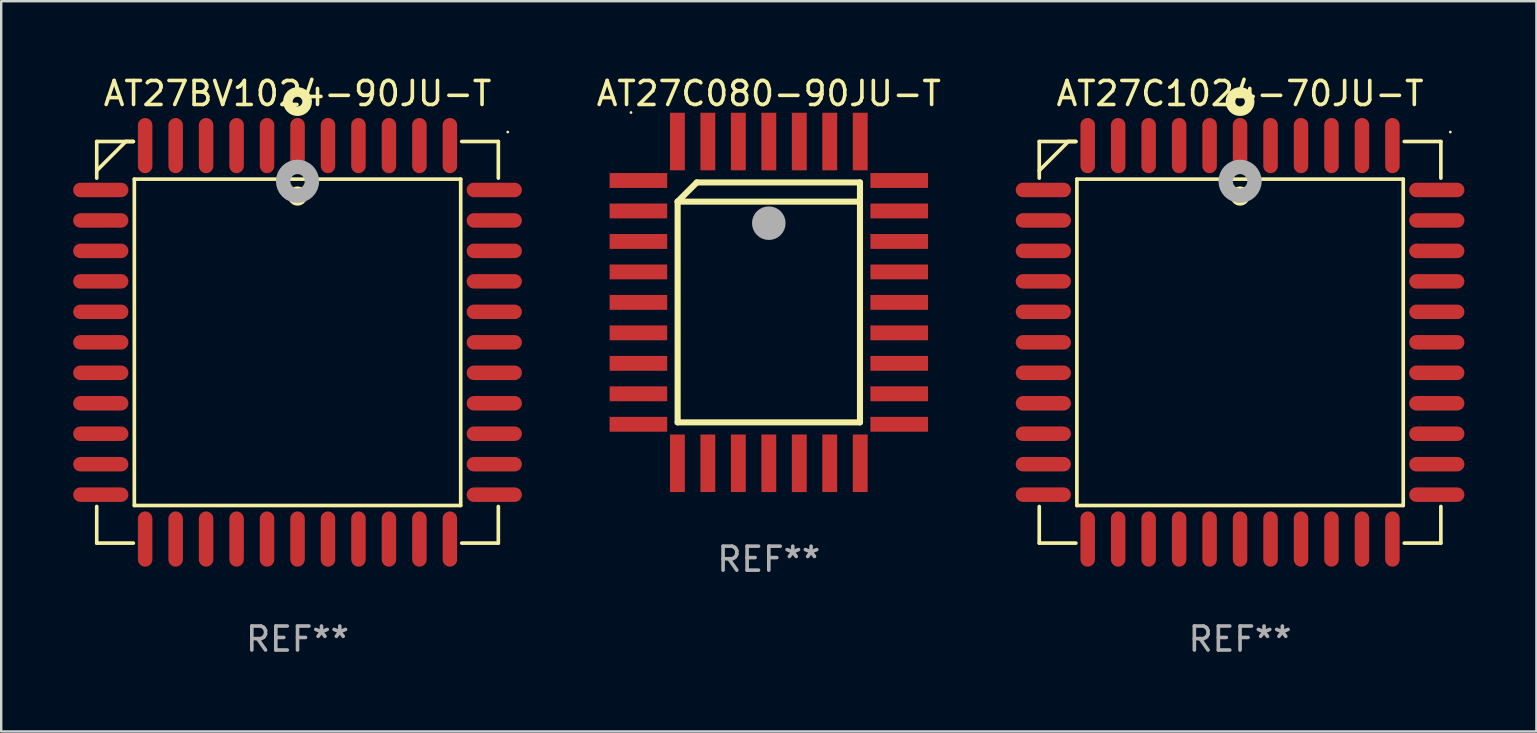
<source format=kicad_pcb>
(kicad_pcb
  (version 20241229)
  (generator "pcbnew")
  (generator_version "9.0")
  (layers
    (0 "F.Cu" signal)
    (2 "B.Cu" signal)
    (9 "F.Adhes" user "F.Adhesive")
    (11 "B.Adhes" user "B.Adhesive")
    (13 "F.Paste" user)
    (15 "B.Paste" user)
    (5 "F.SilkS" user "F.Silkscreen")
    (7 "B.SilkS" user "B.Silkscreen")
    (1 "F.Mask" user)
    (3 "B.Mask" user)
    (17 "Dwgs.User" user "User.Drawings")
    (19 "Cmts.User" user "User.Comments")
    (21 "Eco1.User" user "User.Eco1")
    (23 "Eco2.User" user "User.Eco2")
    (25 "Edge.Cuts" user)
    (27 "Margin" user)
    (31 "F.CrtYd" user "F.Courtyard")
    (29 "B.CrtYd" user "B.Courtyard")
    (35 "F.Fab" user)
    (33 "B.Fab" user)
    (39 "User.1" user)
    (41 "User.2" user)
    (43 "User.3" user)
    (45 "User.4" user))
  (footprint "AT27BV1024-90JU-T"
    (layer "F.Cu")
    (at 9.35 11.217)
    (property "Reference" "AT27BV1024-90JU-T" (at 0 -10.369 0) (layer "F.SilkS") (effects (font (size 1 1) (thickness 0.15))))
    (attr through_hole)
    (fp_line (start -8.369 -8.369) (end -8.369 -6.843) (stroke (width 0.152) (type solid)) (layer "F.SilkS"))
    (fp_line (start -8.369 8.369) (end -8.369 6.843) (stroke (width 0.152) (type solid)) (layer "F.SilkS"))
    (fp_line (start -7.156 -8.369) (end -8.369 -7.156) (stroke (width 0.152) (type solid)) (layer "F.SilkS"))
    (fp_line (start -6.843 -8.369) (end -8.369 -8.369) (stroke (width 0.152) (type solid)) (layer "F.SilkS"))
    (fp_line (start -6.843 -8.369) (end -7.156 -8.369) (stroke (width 0.152) (type solid)) (layer "F.SilkS"))
    (fp_line (start -6.843 8.369) (end -8.369 8.369) (stroke (width 0.152) (type solid)) (layer "F.SilkS"))
    (fp_line (start -6.801 -6.801) (end 6.801 -6.801) (stroke (width 0.152) (type solid)) (layer "F.SilkS"))
    (fp_line (start -6.801 6.801) (end -6.801 -6.801) (stroke (width 0.152) (type solid)) (layer "F.SilkS"))
    (fp_line (start 6.801 -6.801) (end 6.801 6.801) (stroke (width 0.152) (type solid)) (layer "F.SilkS"))
    (fp_line (start 6.801 6.801) (end -6.801 6.801) (stroke (width 0.152) (type solid)) (layer "F.SilkS"))
    (fp_line (start 6.843 -8.369) (end 8.369 -8.369) (stroke (width 0.152) (type solid)) (layer "F.SilkS"))
    (fp_line (start 6.843 8.369) (end 8.369 8.369) (stroke (width 0.152) (type solid)) (layer "F.SilkS"))
    (fp_line (start 8.369 -8.369) (end 8.369 -6.843) (stroke (width 0.152) (type solid)) (layer "F.SilkS"))
    (fp_line (start 8.369 8.369) (end 8.369 6.843) (stroke (width 0.152) (type solid)) (layer "F.SilkS"))
    (fp_circle (center -0.000013 -6.096) (end 0.2 -6.096) (stroke (width 0.4) (type solid)) (fill no) (layer "F.SilkS"))
    (fp_circle (center 0.000114 -10.033) (end 0.2 -10.033) (stroke (width 0.4) (type solid)) (fill no) (layer "F.SilkS"))
    (fp_circle (center 8.763 -8.763) (end 8.793 -8.763) (stroke (width 0.06) (type solid)) (fill no) (layer "F.SilkS"))
    (fp_circle (center 0.000114 -6.712) (end 0.3 -6.712) (stroke (width 0.6) (type solid)) (fill no) (layer "F.Fab"))
    (fp_text user "REF**" (at 0 12.369 0) (layer "F.Fab") (effects (font (size 1 1) (thickness 0.15))))
    (pad "1" smd oval (at 0.000114 -8.2) (size 0.604 2.3) (layers "F.Cu" "F.Mask" "F.Paste"))
    (pad "2" smd oval (at -1.27 -8.2) (size 0.604 2.3) (layers "F.Cu" "F.Mask" "F.Paste"))
    (pad "3" smd oval (at -2.54 -8.2) (size 0.604 2.3) (layers "F.Cu" "F.Mask" "F.Paste"))
    (pad "4" smd oval (at -3.81 -8.2) (size 0.604 2.3) (layers "F.Cu" "F.Mask" "F.Paste"))
    (pad "5" smd oval (at -5.08 -8.2) (size 0.604 2.3) (layers "F.Cu" "F.Mask" "F.Paste"))
    (pad "6" smd oval (at -6.35 -8.2) (size 0.604 2.3) (layers "F.Cu" "F.Mask" "F.Paste"))
    (pad "7" smd oval (at -8.2 -6.35) (size 2.3 0.604) (layers "F.Cu" "F.Mask" "F.Paste"))
    (pad "8" smd oval (at -8.2 -5.08) (size 2.3 0.604) (layers "F.Cu" "F.Mask" "F.Paste"))
    (pad "9" smd oval (at -8.2 -3.81) (size 2.3 0.604) (layers "F.Cu" "F.Mask" "F.Paste"))
    (pad "10" smd oval (at -8.2 -2.54) (size 2.3 0.604) (layers "F.Cu" "F.Mask" "F.Paste"))
    (pad "11" smd oval (at -8.2 -1.27) (size 2.3 0.604) (layers "F.Cu" "F.Mask" "F.Paste"))
    (pad "12" smd oval (at -8.2 0.000127) (size 2.3 0.604) (layers "F.Cu" "F.Mask" "F.Paste"))
    (pad "13" smd oval (at -8.2 1.27) (size 2.3 0.604) (layers "F.Cu" "F.Mask" "F.Paste"))
    (pad "14" smd oval (at -8.2 2.54) (size 2.3 0.604) (layers "F.Cu" "F.Mask" "F.Paste"))
    (pad "15" smd oval (at -8.2 3.81) (size 2.3 0.604) (layers "F.Cu" "F.Mask" "F.Paste"))
    (pad "16" smd oval (at -8.2 5.08) (size 2.3 0.604) (layers "F.Cu" "F.Mask" "F.Paste"))
    (pad "17" smd oval (at -8.2 6.35) (size 2.3 0.604) (layers "F.Cu" "F.Mask" "F.Paste"))
    (pad "18" smd oval (at -6.35 8.2) (size 0.604 2.3) (layers "F.Cu" "F.Mask" "F.Paste"))
    (pad "19" smd oval (at -5.08 8.2) (size 0.604 2.3) (layers "F.Cu" "F.Mask" "F.Paste"))
    (pad "20" smd oval (at -3.81 8.2) (size 0.604 2.3) (layers "F.Cu" "F.Mask" "F.Paste"))
    (pad "21" smd oval (at -2.54 8.2) (size 0.604 2.3) (layers "F.Cu" "F.Mask" "F.Paste"))
    (pad "22" smd oval (at -1.27 8.2) (size 0.604 2.3) (layers "F.Cu" "F.Mask" "F.Paste"))
    (pad "23" smd oval (at 0.000114 8.2) (size 0.604 2.3) (layers "F.Cu" "F.Mask" "F.Paste"))
    (pad "24" smd oval (at 1.27 8.2) (size 0.604 2.3) (layers "F.Cu" "F.Mask" "F.Paste"))
    (pad "25" smd oval (at 2.54 8.2) (size 0.604 2.3) (layers "F.Cu" "F.Mask" "F.Paste"))
    (pad "26" smd oval (at 3.81 8.2) (size 0.604 2.3) (layers "F.Cu" "F.Mask" "F.Paste"))
    (pad "27" smd oval (at 5.08 8.2) (size 0.604 2.3) (layers "F.Cu" "F.Mask" "F.Paste"))
    (pad "28" smd oval (at 6.35 8.2) (size 0.604 2.3) (layers "F.Cu" "F.Mask" "F.Paste"))
    (pad "29" smd oval (at 8.2 6.35) (size 2.3 0.604) (layers "F.Cu" "F.Mask" "F.Paste"))
    (pad "30" smd oval (at 8.2 5.08) (size 2.3 0.604) (layers "F.Cu" "F.Mask" "F.Paste"))
    (pad "31" smd oval (at 8.2 3.81) (size 2.3 0.604) (layers "F.Cu" "F.Mask" "F.Paste"))
    (pad "32" smd oval (at 8.2 2.54) (size 2.3 0.604) (layers "F.Cu" "F.Mask" "F.Paste"))
    (pad "33" smd oval (at 8.2 1.27) (size 2.3 0.604) (layers "F.Cu" "F.Mask" "F.Paste"))
    (pad "34" smd oval (at 8.2 0.000127) (size 2.3 0.604) (layers "F.Cu" "F.Mask" "F.Paste"))
    (pad "35" smd oval (at 8.2 -1.27) (size 2.3 0.604) (layers "F.Cu" "F.Mask" "F.Paste"))
    (pad "36" smd oval (at 8.2 -2.54) (size 2.3 0.604) (layers "F.Cu" "F.Mask" "F.Paste"))
    (pad "37" smd oval (at 8.2 -3.81) (size 2.3 0.604) (layers "F.Cu" "F.Mask" "F.Paste"))
    (pad "38" smd oval (at 8.2 -5.08) (size 2.3 0.604) (layers "F.Cu" "F.Mask" "F.Paste"))
    (pad "39" smd oval (at 8.2 -6.35) (size 2.3 0.604) (layers "F.Cu" "F.Mask" "F.Paste"))
    (pad "40" smd oval (at 6.35 -8.2) (size 0.604 2.3) (layers "F.Cu" "F.Mask" "F.Paste"))
    (pad "41" smd oval (at 5.08 -8.2) (size 0.604 2.3) (layers "F.Cu" "F.Mask" "F.Paste"))
    (pad "42" smd oval (at 3.81 -8.2) (size 0.604 2.3) (layers "F.Cu" "F.Mask" "F.Paste"))
    (pad "43" smd oval (at 2.54 -8.2) (size 0.604 2.3) (layers "F.Cu" "F.Mask" "F.Paste"))
    (pad "44" smd oval (at 1.27 -8.2) (size 0.604 2.3) (layers "F.Cu" "F.Mask" "F.Paste")))
  (footprint "AT27C080-90JU-T"
    (layer "F.Cu")
    (at 28.992 9.553)
    (property "Reference" "AT27C080-90JU-T" (at 0 -8.705 0) (layer "F.SilkS") (effects (font (size 1 1) (thickness 0.15))))
    (attr through_hole)
    (fp_line (start -3.8 -4.2) (end -3 -5) (stroke (width 0.254) (type solid)) (layer "F.SilkS"))
    (fp_line (start -3.8 -4.2) (end 3.8 -4.2) (stroke (width 0.254) (type solid)) (layer "F.SilkS"))
    (fp_line (start -3.8 5) (end -3.8 -4.2) (stroke (width 0.254) (type solid)) (layer "F.SilkS"))
    (fp_line (start -3 -5) (end 3.8 -5) (stroke (width 0.254) (type solid)) (layer "F.SilkS"))
    (fp_line (start 3.8 -5) (end 3.8 5) (stroke (width 0.254) (type solid)) (layer "F.SilkS"))
    (fp_line (start 3.8 5) (end -3.8 5) (stroke (width 0.254) (type solid)) (layer "F.SilkS"))
    (fp_arc (start 0.299721 -3.294387) (mid 0.29971 -3.296927) (end 0.299721 -3.299467) (stroke (width 0.6) (type solid)) (layer "F.SilkS"))
    (fp_circle (center -5.744 -7.913) (end -5.714 -7.913) (stroke (width 0.06) (type solid)) (fill no) (layer "F.SilkS"))
    (fp_circle (center 0 -3.302) (end 0.35 -3.302) (stroke (width 0.7) (type solid)) (fill no) (layer "F.Fab"))
    (fp_text user "REF**" (at 0 10.705 0) (layer "F.Fab") (effects (font (size 1 1) (thickness 0.15))))
    (pad "1" smd rect (at 0 -6.705 180) (size 0.62 2.4) (layers "F.Cu" "F.Mask" "F.Paste"))
    (pad "2" smd rect (at -1.27 -6.705 180) (size 0.62 2.4) (layers "F.Cu" "F.Mask" "F.Paste"))
    (pad "3" smd rect (at -2.54 -6.705 180) (size 0.62 2.4) (layers "F.Cu" "F.Mask" "F.Paste"))
    (pad "4" smd rect (at -3.81 -6.705 180) (size 0.62 2.4) (layers "F.Cu" "F.Mask" "F.Paste"))
    (pad "5" smd rect (at -5.435 -5.08 270) (size 0.62 2.4) (layers "F.Cu" "F.Mask" "F.Paste"))
    (pad "6" smd rect (at -5.435 -3.81 270) (size 0.62 2.4) (layers "F.Cu" "F.Mask" "F.Paste"))
    (pad "7" smd rect (at -5.435 -2.54 270) (size 0.62 2.4) (layers "F.Cu" "F.Mask" "F.Paste"))
    (pad "8" smd rect (at -5.435 -1.27 270) (size 0.62 2.4) (layers "F.Cu" "F.Mask" "F.Paste"))
    (pad "9" smd rect (at -5.435 0 270) (size 0.62 2.4) (layers "F.Cu" "F.Mask" "F.Paste"))
    (pad "10" smd rect (at -5.435 1.27 270) (size 0.62 2.4) (layers "F.Cu" "F.Mask" "F.Paste"))
    (pad "11" smd rect (at -5.435 2.54 270) (size 0.62 2.4) (layers "F.Cu" "F.Mask" "F.Paste"))
    (pad "12" smd rect (at -5.435 3.81 270) (size 0.62 2.4) (layers "F.Cu" "F.Mask" "F.Paste"))
    (pad "13" smd rect (at -5.435 5.08 270) (size 0.62 2.4) (layers "F.Cu" "F.Mask" "F.Paste"))
    (pad "14" smd rect (at -3.81 6.705) (size 0.62 2.4) (layers "F.Cu" "F.Mask" "F.Paste"))
    (pad "15" smd rect (at -2.54 6.705) (size 0.62 2.4) (layers "F.Cu" "F.Mask" "F.Paste"))
    (pad "16" smd rect (at -1.27 6.705) (size 0.62 2.4) (layers "F.Cu" "F.Mask" "F.Paste"))
    (pad "17" smd rect (at 0 6.705) (size 0.62 2.4) (layers "F.Cu" "F.Mask" "F.Paste"))
    (pad "18" smd rect (at 1.27 6.705) (size 0.62 2.4) (layers "F.Cu" "F.Mask" "F.Paste"))
    (pad "19" smd rect (at 2.54 6.705) (size 0.62 2.4) (layers "F.Cu" "F.Mask" "F.Paste"))
    (pad "20" smd rect (at 3.81 6.705) (size 0.62 2.4) (layers "F.Cu" "F.Mask" "F.Paste"))
    (pad "21" smd rect (at 5.435 5.08 90) (size 0.62 2.4) (layers "F.Cu" "F.Mask" "F.Paste"))
    (pad "22" smd rect (at 5.435 3.81 90) (size 0.62 2.4) (layers "F.Cu" "F.Mask" "F.Paste"))
    (pad "23" smd rect (at 5.435 2.54 90) (size 0.62 2.4) (layers "F.Cu" "F.Mask" "F.Paste"))
    (pad "24" smd rect (at 5.435 1.27 90) (size 0.62 2.4) (layers "F.Cu" "F.Mask" "F.Paste"))
    (pad "25" smd rect (at 5.435 0 90) (size 0.62 2.4) (layers "F.Cu" "F.Mask" "F.Paste"))
    (pad "26" smd rect (at 5.435 -1.27 90) (size 0.62 2.4) (layers "F.Cu" "F.Mask" "F.Paste"))
    (pad "27" smd rect (at 5.435 -2.54 90) (size 0.62 2.4) (layers "F.Cu" "F.Mask" "F.Paste"))
    (pad "28" smd rect (at 5.435 -3.81 90) (size 0.62 2.4) (layers "F.Cu" "F.Mask" "F.Paste"))
    (pad "29" smd rect (at 5.435 -5.08 90) (size 0.62 2.4) (layers "F.Cu" "F.Mask" "F.Paste"))
    (pad "30" smd rect (at 3.81 -6.705) (size 0.62 2.4) (layers "F.Cu" "F.Mask" "F.Paste"))
    (pad "31" smd rect (at 2.54 -6.705) (size 0.62 2.4) (layers "F.Cu" "F.Mask" "F.Paste"))
    (pad "32" smd rect (at 1.27 -6.705) (size 0.62 2.4) (layers "F.Cu" "F.Mask" "F.Paste")))
  (footprint "AT27C1024-70JU-T"
    (layer "F.Cu")
    (at 48.633 11.217)
    (property "Reference" "AT27C1024-70JU-T" (at 0 -10.369 0) (layer "F.SilkS") (effects (font (size 1 1) (thickness 0.15))))
    (attr through_hole)
    (fp_line (start -8.369 -8.369) (end -8.369 -6.843) (stroke (width 0.152) (type solid)) (layer "F.SilkS"))
    (fp_line (start -8.369 8.369) (end -8.369 6.843) (stroke (width 0.152) (type solid)) (layer "F.SilkS"))
    (fp_line (start -7.156 -8.369) (end -8.369 -7.156) (stroke (width 0.152) (type solid)) (layer "F.SilkS"))
    (fp_line (start -6.843 -8.369) (end -8.369 -8.369) (stroke (width 0.152) (type solid)) (layer "F.SilkS"))
    (fp_line (start -6.843 -8.369) (end -7.156 -8.369) (stroke (width 0.152) (type solid)) (layer "F.SilkS"))
    (fp_line (start -6.843 8.369) (end -8.369 8.369) (stroke (width 0.152) (type solid)) (layer "F.SilkS"))
    (fp_line (start -6.801 -6.801) (end 6.801 -6.801) (stroke (width 0.152) (type solid)) (layer "F.SilkS"))
    (fp_line (start -6.801 6.801) (end -6.801 -6.801) (stroke (width 0.152) (type solid)) (layer "F.SilkS"))
    (fp_line (start 6.801 -6.801) (end 6.801 6.801) (stroke (width 0.152) (type solid)) (layer "F.SilkS"))
    (fp_line (start 6.801 6.801) (end -6.801 6.801) (stroke (width 0.152) (type solid)) (layer "F.SilkS"))
    (fp_line (start 6.843 -8.369) (end 8.369 -8.369) (stroke (width 0.152) (type solid)) (layer "F.SilkS"))
    (fp_line (start 6.843 8.369) (end 8.369 8.369) (stroke (width 0.152) (type solid)) (layer "F.SilkS"))
    (fp_line (start 8.369 -8.369) (end 8.369 -6.843) (stroke (width 0.152) (type solid)) (layer "F.SilkS"))
    (fp_line (start 8.369 8.369) (end 8.369 6.843) (stroke (width 0.152) (type solid)) (layer "F.SilkS"))
    (fp_circle (center -0.000013 -6.096) (end 0.2 -6.096) (stroke (width 0.4) (type solid)) (fill no) (layer "F.SilkS"))
    (fp_circle (center 0.000114 -10.033) (end 0.2 -10.033) (stroke (width 0.4) (type solid)) (fill no) (layer "F.SilkS"))
    (fp_circle (center 8.763 -8.763) (end 8.793 -8.763) (stroke (width 0.06) (type solid)) (fill no) (layer "F.SilkS"))
    (fp_circle (center 0.000114 -6.712) (end 0.3 -6.712) (stroke (width 0.6) (type solid)) (fill no) (layer "F.Fab"))
    (fp_text user "REF**" (at 0 12.369 0) (layer "F.Fab") (effects (font (size 1 1) (thickness 0.15))))
    (pad "1" smd oval (at 0.000114 -8.2) (size 0.604 2.3) (layers "F.Cu" "F.Mask" "F.Paste"))
    (pad "2" smd oval (at -1.27 -8.2) (size 0.604 2.3) (layers "F.Cu" "F.Mask" "F.Paste"))
    (pad "3" smd oval (at -2.54 -8.2) (size 0.604 2.3) (layers "F.Cu" "F.Mask" "F.Paste"))
    (pad "4" smd oval (at -3.81 -8.2) (size 0.604 2.3) (layers "F.Cu" "F.Mask" "F.Paste"))
    (pad "5" smd oval (at -5.08 -8.2) (size 0.604 2.3) (layers "F.Cu" "F.Mask" "F.Paste"))
    (pad "6" smd oval (at -6.35 -8.2) (size 0.604 2.3) (layers "F.Cu" "F.Mask" "F.Paste"))
    (pad "7" smd oval (at -8.2 -6.35) (size 2.3 0.604) (layers "F.Cu" "F.Mask" "F.Paste"))
    (pad "8" smd oval (at -8.2 -5.08) (size 2.3 0.604) (layers "F.Cu" "F.Mask" "F.Paste"))
    (pad "9" smd oval (at -8.2 -3.81) (size 2.3 0.604) (layers "F.Cu" "F.Mask" "F.Paste"))
    (pad "10" smd oval (at -8.2 -2.54) (size 2.3 0.604) (layers "F.Cu" "F.Mask" "F.Paste"))
    (pad "11" smd oval (at -8.2 -1.27) (size 2.3 0.604) (layers "F.Cu" "F.Mask" "F.Paste"))
    (pad "12" smd oval (at -8.2 0.000127) (size 2.3 0.604) (layers "F.Cu" "F.Mask" "F.Paste"))
    (pad "13" smd oval (at -8.2 1.27) (size 2.3 0.604) (layers "F.Cu" "F.Mask" "F.Paste"))
    (pad "14" smd oval (at -8.2 2.54) (size 2.3 0.604) (layers "F.Cu" "F.Mask" "F.Paste"))
    (pad "15" smd oval (at -8.2 3.81) (size 2.3 0.604) (layers "F.Cu" "F.Mask" "F.Paste"))
    (pad "16" smd oval (at -8.2 5.08) (size 2.3 0.604) (layers "F.Cu" "F.Mask" "F.Paste"))
    (pad "17" smd oval (at -8.2 6.35) (size 2.3 0.604) (layers "F.Cu" "F.Mask" "F.Paste"))
    (pad "18" smd oval (at -6.35 8.2) (size 0.604 2.3) (layers "F.Cu" "F.Mask" "F.Paste"))
    (pad "19" smd oval (at -5.08 8.2) (size 0.604 2.3) (layers "F.Cu" "F.Mask" "F.Paste"))
    (pad "20" smd oval (at -3.81 8.2) (size 0.604 2.3) (layers "F.Cu" "F.Mask" "F.Paste"))
    (pad "21" smd oval (at -2.54 8.2) (size 0.604 2.3) (layers "F.Cu" "F.Mask" "F.Paste"))
    (pad "22" smd oval (at -1.27 8.2) (size 0.604 2.3) (layers "F.Cu" "F.Mask" "F.Paste"))
    (pad "23" smd oval (at 0.000114 8.2) (size 0.604 2.3) (layers "F.Cu" "F.Mask" "F.Paste"))
    (pad "24" smd oval (at 1.27 8.2) (size 0.604 2.3) (layers "F.Cu" "F.Mask" "F.Paste"))
    (pad "25" smd oval (at 2.54 8.2) (size 0.604 2.3) (layers "F.Cu" "F.Mask" "F.Paste"))
    (pad "26" smd oval (at 3.81 8.2) (size 0.604 2.3) (layers "F.Cu" "F.Mask" "F.Paste"))
    (pad "27" smd oval (at 5.08 8.2) (size 0.604 2.3) (layers "F.Cu" "F.Mask" "F.Paste"))
    (pad "28" smd oval (at 6.35 8.2) (size 0.604 2.3) (layers "F.Cu" "F.Mask" "F.Paste"))
    (pad "29" smd oval (at 8.2 6.35) (size 2.3 0.604) (layers "F.Cu" "F.Mask" "F.Paste"))
    (pad "30" smd oval (at 8.2 5.08) (size 2.3 0.604) (layers "F.Cu" "F.Mask" "F.Paste"))
    (pad "31" smd oval (at 8.2 3.81) (size 2.3 0.604) (layers "F.Cu" "F.Mask" "F.Paste"))
    (pad "32" smd oval (at 8.2 2.54) (size 2.3 0.604) (layers "F.Cu" "F.Mask" "F.Paste"))
    (pad "33" smd oval (at 8.2 1.27) (size 2.3 0.604) (layers "F.Cu" "F.Mask" "F.Paste"))
    (pad "34" smd oval (at 8.2 0.000127) (size 2.3 0.604) (layers "F.Cu" "F.Mask" "F.Paste"))
    (pad "35" smd oval (at 8.2 -1.27) (size 2.3 0.604) (layers "F.Cu" "F.Mask" "F.Paste"))
    (pad "36" smd oval (at 8.2 -2.54) (size 2.3 0.604) (layers "F.Cu" "F.Mask" "F.Paste"))
    (pad "37" smd oval (at 8.2 -3.81) (size 2.3 0.604) (layers "F.Cu" "F.Mask" "F.Paste"))
    (pad "38" smd oval (at 8.2 -5.08) (size 2.3 0.604) (layers "F.Cu" "F.Mask" "F.Paste"))
    (pad "39" smd oval (at 8.2 -6.35) (size 2.3 0.604) (layers "F.Cu" "F.Mask" "F.Paste"))
    (pad "40" smd oval (at 6.35 -8.2) (size 0.604 2.3) (layers "F.Cu" "F.Mask" "F.Paste"))
    (pad "41" smd oval (at 5.08 -8.2) (size 0.604 2.3) (layers "F.Cu" "F.Mask" "F.Paste"))
    (pad "42" smd oval (at 3.81 -8.2) (size 0.604 2.3) (layers "F.Cu" "F.Mask" "F.Paste"))
    (pad "43" smd oval (at 2.54 -8.2) (size 0.604 2.3) (layers "F.Cu" "F.Mask" "F.Paste"))
    (pad "44" smd oval (at 1.27 -8.2) (size 0.604 2.3) (layers "F.Cu" "F.Mask" "F.Paste")))
  (gr_rect
    (start -3 -3)
    (end 60.983 27.435)
    (stroke (width 0.1) (type default))
    (fill no)
    (layer "Edge.Cuts")))
</source>
